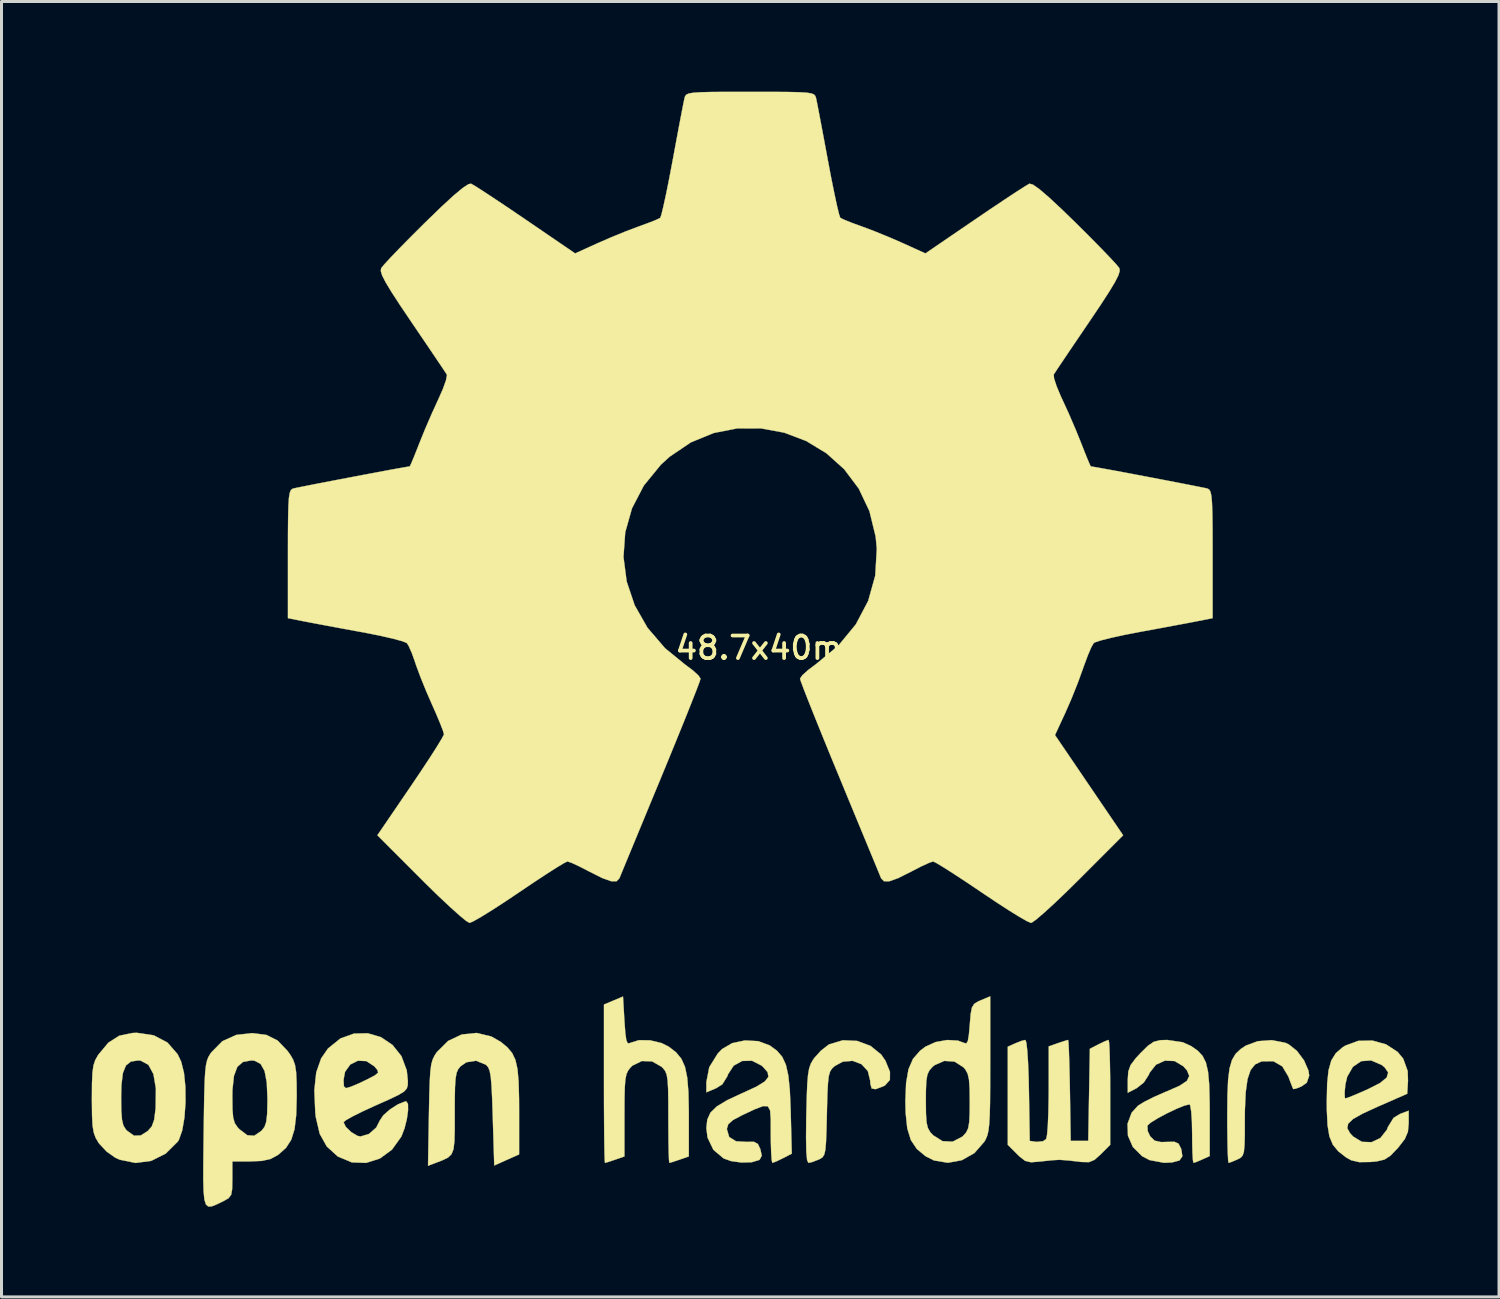
<source format=kicad_pcb>
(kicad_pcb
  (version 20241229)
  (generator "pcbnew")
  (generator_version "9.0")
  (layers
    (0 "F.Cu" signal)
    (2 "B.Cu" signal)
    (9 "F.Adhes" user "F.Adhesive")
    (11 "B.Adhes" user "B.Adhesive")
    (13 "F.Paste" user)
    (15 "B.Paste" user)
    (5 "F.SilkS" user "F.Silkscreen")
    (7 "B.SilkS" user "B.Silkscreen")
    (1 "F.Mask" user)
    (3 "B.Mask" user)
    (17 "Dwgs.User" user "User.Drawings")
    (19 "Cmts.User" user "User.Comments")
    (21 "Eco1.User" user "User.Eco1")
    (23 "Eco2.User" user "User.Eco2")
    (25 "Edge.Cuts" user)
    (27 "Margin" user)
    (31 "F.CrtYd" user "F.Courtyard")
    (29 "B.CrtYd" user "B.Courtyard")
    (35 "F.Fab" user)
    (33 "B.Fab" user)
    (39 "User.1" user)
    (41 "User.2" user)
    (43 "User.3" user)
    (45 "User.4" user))
  (footprint "OSHW-Logo2_48.7x40mm_SilkScreen"
    (layer "F.Cu")
    (at 21.902 18.495)
    (property "Reference" "OSHW-Logo2_48.7x40mm_SilkScreen" (at 0 0 0) (layer "F.SilkS") (effects (font (size 0.75 0.75) (thickness 0.125))))
    (attr exclude_from_pos_files exclude_from_bom allow_missing_courtyard)
    (fp_poly (pts (xy 17.786 13.133) (xy 17.902 13.184) (xy 18.18 13.404) (xy 18.417 13.722) (xy 18.564 14.061) (xy 18.588 14.229) (xy 18.508 14.462) (xy 18.332 14.586) (xy 18.143 14.661) (xy 18.057 14.674) (xy 18.015 14.574) (xy 17.932 14.357) (xy 17.896 14.258) (xy 17.692 13.918) (xy 17.396 13.748) (xy 17.017 13.753) (xy 16.989 13.76) (xy 16.787 13.856) (xy 16.638 14.043) (xy 16.537 14.344) (xy 16.476 14.782) (xy 16.449 15.38) (xy 16.447 15.698) (xy 16.446 16.2) (xy 16.437 16.542) (xy 16.416 16.759) (xy 16.374 16.886) (xy 16.306 16.959) (xy 16.205 17.012) (xy 16.199 17.015) (xy 16.004 17.098) (xy 15.907 17.128) (xy 15.892 17.036) (xy 15.879 16.782) (xy 15.87 16.398) (xy 15.864 15.918) (xy 15.863 15.566) (xy 15.869 14.885) (xy 15.891 14.369) (xy 15.939 13.987) (xy 16.019 13.709) (xy 16.139 13.504) (xy 16.309 13.343) (xy 16.476 13.231) (xy 16.878 13.082) (xy 17.345 13.048) (xy 17.786 13.133)) (stroke (width 0.01) (type solid)) (fill yes) (layer "F.SilkS"))
    (fp_poly (pts (xy -8.609 12.926) (xy -8.296 13.106) (xy -8.079 13.286) (xy -7.92 13.474) (xy -7.811 13.703) (xy -7.742 14.008) (xy -7.705 14.422) (xy -7.69 14.977) (xy -7.688 15.376) (xy -7.688 16.846) (xy -8.102 17.031) (xy -8.515 17.216) (xy -8.564 15.607) (xy -8.584 15.006) (xy -8.605 14.57) (xy -8.631 14.268) (xy -8.667 14.072) (xy -8.715 13.951) (xy -8.781 13.876) (xy -8.802 13.86) (xy -9.12 13.732) (xy -9.443 13.783) (xy -9.634 13.916) (xy -9.713 14.011) (xy -9.767 14.136) (xy -9.801 14.324) (xy -9.82 14.611) (xy -9.828 15.032) (xy -9.829 15.47) (xy -9.829 16.02) (xy -9.839 16.409) (xy -9.87 16.672) (xy -9.937 16.841) (xy -10.051 16.952) (xy -10.227 17.038) (xy -10.461 17.128) (xy -10.717 17.225) (xy -10.687 15.498) (xy -10.675 14.875) (xy -10.66 14.415) (xy -10.64 14.085) (xy -10.609 13.854) (xy -10.563 13.689) (xy -10.499 13.558) (xy -10.422 13.442) (xy -10.049 13.073) (xy -9.595 12.859) (xy -9.101 12.808) (xy -8.609 12.926)) (stroke (width 0.01) (type solid)) (fill yes) (layer "F.SilkS"))
    (fp_poly (pts (xy 3.553 13.073) (xy 3.995 13.236) (xy 4.353 13.525) (xy 4.493 13.728) (xy 4.646 14.101) (xy 4.643 14.37) (xy 4.483 14.551) (xy 4.423 14.582) (xy 4.167 14.678) (xy 4.037 14.654) (xy 3.992 14.492) (xy 3.99 14.403) (xy 3.909 14.075) (xy 3.698 13.846) (xy 3.404 13.735) (xy 3.076 13.763) (xy 2.809 13.908) (xy 2.719 13.99) (xy 2.655 14.09) (xy 2.611 14.242) (xy 2.584 14.478) (xy 2.565 14.833) (xy 2.551 15.34) (xy 2.548 15.501) (xy 2.534 16.05) (xy 2.519 16.437) (xy 2.497 16.693) (xy 2.461 16.85) (xy 2.406 16.939) (xy 2.326 16.994) (xy 2.275 17.018) (xy 2.059 17.101) (xy 1.932 17.128) (xy 1.89 17.037) (xy 1.864 16.762) (xy 1.855 16.3) (xy 1.861 15.647) (xy 1.863 15.547) (xy 1.878 14.951) (xy 1.895 14.516) (xy 1.92 14.208) (xy 1.957 13.993) (xy 2.01 13.836) (xy 2.085 13.704) (xy 2.124 13.647) (xy 2.349 13.397) (xy 2.6 13.202) (xy 2.63 13.185) (xy 3.08 13.051) (xy 3.553 13.073)) (stroke (width 0.01) (type solid)) (fill yes) (layer "F.SilkS"))
    (fp_poly (pts (xy 11.934 13.133) (xy 11.949 13.389) (xy 11.96 13.778) (xy 11.968 14.269) (xy 11.97 14.785) (xy 11.97 16.529) (xy 11.662 16.837) (xy 11.45 17.027) (xy 11.264 17.104) (xy 11.009 17.099) (xy 10.908 17.086) (xy 10.592 17.05) (xy 10.331 17.03) (xy 10.267 17.028) (xy 10.052 17.04) (xy 9.745 17.072) (xy 9.626 17.086) (xy 9.334 17.109) (xy 9.137 17.06) (xy 8.942 16.906) (xy 8.872 16.837) (xy 8.564 16.529) (xy 8.564 13.266) (xy 8.812 13.154) (xy 9.025 13.07) (xy 9.15 13.041) (xy 9.182 13.133) (xy 9.212 13.392) (xy 9.238 13.788) (xy 9.258 14.293) (xy 9.267 14.719) (xy 9.294 16.398) (xy 9.526 16.431) (xy 9.737 16.408) (xy 9.841 16.334) (xy 9.87 16.195) (xy 9.895 15.898) (xy 9.913 15.483) (xy 9.923 14.985) (xy 9.925 14.729) (xy 9.926 13.254) (xy 10.233 13.147) (xy 10.45 13.075) (xy 10.568 13.041) (xy 10.571 13.041) (xy 10.583 13.133) (xy 10.596 13.388) (xy 10.609 13.775) (xy 10.621 14.263) (xy 10.63 14.719) (xy 10.656 16.398) (xy 11.24 16.398) (xy 11.267 14.867) (xy 11.294 13.335) (xy 11.578 13.188) (xy 11.789 13.087) (xy 11.913 13.041) (xy 11.917 13.041) (xy 11.934 13.133)) (stroke (width 0.01) (type solid)) (fill yes) (layer "F.SilkS"))
    (fp_poly (pts (xy -4.185 12.413) (xy -4.156 12.811) (xy -4.123 13.045) (xy -4.078 13.147) (xy -4.012 13.149) (xy -3.99 13.136) (xy -3.704 13.048) (xy -3.331 13.053) (xy -2.952 13.144) (xy -2.715 13.262) (xy -2.472 13.449) (xy -2.294 13.662) (xy -2.172 13.932) (xy -2.097 14.292) (xy -2.057 14.775) (xy -2.044 15.414) (xy -2.044 15.537) (xy -2.044 16.914) (xy -2.35 17.021) (xy -2.568 17.094) (xy -2.687 17.128) (xy -2.691 17.128) (xy -2.703 17.036) (xy -2.713 16.783) (xy -2.72 16.402) (xy -2.724 15.926) (xy -2.725 15.637) (xy -2.726 15.066) (xy -2.733 14.657) (xy -2.75 14.377) (xy -2.781 14.192) (xy -2.831 14.07) (xy -2.905 13.978) (xy -2.95 13.933) (xy -3.264 13.754) (xy -3.605 13.741) (xy -3.916 13.892) (xy -3.973 13.947) (xy -4.057 14.05) (xy -4.116 14.172) (xy -4.153 14.348) (xy -4.174 14.614) (xy -4.183 15.005) (xy -4.185 15.543) (xy -4.185 16.914) (xy -4.491 17.021) (xy -4.709 17.094) (xy -4.828 17.128) (xy -4.832 17.128) (xy -4.841 17.035) (xy -4.849 16.772) (xy -4.856 16.365) (xy -4.861 15.838) (xy -4.865 15.217) (xy -4.866 14.526) (xy -4.866 14.496) (xy -4.866 11.863) (xy -4.55 11.73) (xy -4.233 11.597) (xy -4.185 12.413)) (stroke (width 0.01) (type solid)) (fill yes) (layer "F.SilkS"))
    (fp_poly (pts (xy -19.839 12.887) (xy -19.383 13.127) (xy -19.046 13.513) (xy -18.927 13.761) (xy -18.834 14.133) (xy -18.786 14.604) (xy -18.782 15.118) (xy -18.818 15.62) (xy -18.893 16.054) (xy -19.004 16.366) (xy -19.038 16.42) (xy -19.442 16.821) (xy -19.922 17.061) (xy -20.443 17.131) (xy -20.97 17.023) (xy -21.116 16.958) (xy -21.401 16.757) (xy -21.652 16.49) (xy -21.676 16.457) (xy -21.772 16.294) (xy -21.835 16.12) (xy -21.873 15.891) (xy -21.891 15.563) (xy -21.896 15.092) (xy -21.897 14.987) (xy -21.896 14.953) (xy -20.923 14.953) (xy -20.918 15.398) (xy -20.895 15.692) (xy -20.849 15.883) (xy -20.769 16.014) (xy -20.729 16.057) (xy -20.496 16.224) (xy -20.27 16.216) (xy -20.041 16.072) (xy -19.905 15.918) (xy -19.824 15.693) (xy -19.779 15.338) (xy -19.776 15.297) (xy -19.768 14.654) (xy -19.849 14.176) (xy -20.017 13.867) (xy -20.272 13.729) (xy -20.363 13.722) (xy -20.602 13.76) (xy -20.765 13.891) (xy -20.865 14.141) (xy -20.914 14.537) (xy -20.923 14.953) (xy -21.896 14.953) (xy -21.893 14.486) (xy -21.878 14.135) (xy -21.844 13.892) (xy -21.786 13.714) (xy -21.697 13.556) (xy -21.678 13.526) (xy -21.347 13.13) (xy -20.986 12.9) (xy -20.547 12.809) (xy -20.398 12.804) (xy -19.839 12.887)) (stroke (width 0.01) (type solid)) (fill yes) (layer "F.SilkS"))
    (fp_poly (pts (xy 21.145 13.188) (xy 21.53 13.44) (xy 21.716 13.665) (xy 21.863 14.074) (xy 21.874 14.398) (xy 21.848 14.83) (xy 20.85 15.267) (xy 20.365 15.49) (xy 20.048 15.669) (xy 19.884 15.825) (xy 19.855 15.976) (xy 19.947 16.142) (xy 20.048 16.252) (xy 20.341 16.429) (xy 20.661 16.441) (xy 20.954 16.303) (xy 21.17 16.03) (xy 21.208 15.933) (xy 21.393 15.632) (xy 21.605 15.503) (xy 21.897 15.393) (xy 21.897 15.81) (xy 21.871 16.094) (xy 21.77 16.333) (xy 21.558 16.608) (xy 21.527 16.644) (xy 21.292 16.888) (xy 21.089 17.019) (xy 20.837 17.079) (xy 20.627 17.099) (xy 20.252 17.104) (xy 19.985 17.042) (xy 19.818 16.949) (xy 19.556 16.745) (xy 19.375 16.525) (xy 19.26 16.248) (xy 19.198 15.874) (xy 19.174 15.363) (xy 19.172 15.104) (xy 19.179 14.793) (xy 19.766 14.793) (xy 19.773 14.96) (xy 19.79 14.987) (xy 19.902 14.95) (xy 20.143 14.852) (xy 20.466 14.712) (xy 20.533 14.682) (xy 20.941 14.475) (xy 21.165 14.293) (xy 21.214 14.122) (xy 21.096 13.95) (xy 20.999 13.873) (xy 20.647 13.721) (xy 20.318 13.746) (xy 20.043 13.932) (xy 19.852 14.263) (xy 19.791 14.525) (xy 19.766 14.793) (xy 19.179 14.793) (xy 19.185 14.498) (xy 19.231 14.05) (xy 19.323 13.723) (xy 19.472 13.483) (xy 19.69 13.293) (xy 19.785 13.231) (xy 20.216 13.071) (xy 20.688 13.061) (xy 21.145 13.188)) (stroke (width 0.01) (type solid)) (fill yes) (layer "F.SilkS"))
    (fp_poly (pts (xy 7.98 13.848) (xy 7.978 14.576) (xy 7.974 15.135) (xy 7.963 15.554) (xy 7.945 15.858) (xy 7.918 16.075) (xy 7.879 16.231) (xy 7.826 16.353) (xy 7.786 16.423) (xy 7.455 16.802) (xy 7.035 17.04) (xy 6.571 17.125) (xy 6.106 17.047) (xy 5.829 16.907) (xy 5.538 16.665) (xy 5.34 16.369) (xy 5.221 15.981) (xy 5.166 15.464) (xy 5.158 15.084) (xy 5.159 15.057) (xy 5.839 15.057) (xy 5.843 15.492) (xy 5.862 15.78) (xy 5.906 15.969) (xy 5.984 16.105) (xy 6.078 16.208) (xy 6.392 16.406) (xy 6.73 16.423) (xy 7.049 16.258) (xy 7.074 16.235) (xy 7.18 16.118) (xy 7.246 15.979) (xy 7.282 15.773) (xy 7.297 15.452) (xy 7.299 15.098) (xy 7.294 14.653) (xy 7.273 14.356) (xy 7.228 14.161) (xy 7.151 14.021) (xy 7.087 13.947) (xy 6.792 13.76) (xy 6.452 13.737) (xy 6.127 13.88) (xy 6.064 13.933) (xy 5.958 14.051) (xy 5.891 14.192) (xy 5.855 14.401) (xy 5.841 14.725) (xy 5.839 15.057) (xy 5.159 15.057) (xy 5.182 14.473) (xy 5.262 14.014) (xy 5.412 13.669) (xy 5.646 13.4) (xy 5.829 13.262) (xy 6.161 13.112) (xy 6.546 13.043) (xy 6.904 13.062) (xy 7.104 13.136) (xy 7.183 13.158) (xy 7.235 13.078) (xy 7.271 12.866) (xy 7.299 12.542) (xy 7.329 12.182) (xy 7.371 11.965) (xy 7.447 11.841) (xy 7.58 11.759) (xy 7.664 11.723) (xy 7.98 11.59) (xy 7.98 13.848)) (stroke (width 0.01) (type solid)) (fill yes) (layer "F.SilkS"))
    (fp_poly (pts (xy -12.281 12.949) (xy -11.898 13.207) (xy -11.601 13.58) (xy -11.424 14.054) (xy -11.388 14.403) (xy -11.392 14.549) (xy -11.426 14.661) (xy -11.52 14.761) (xy -11.703 14.871) (xy -12.005 15.016) (xy -12.454 15.216) (xy -12.457 15.217) (xy -12.871 15.407) (xy -13.21 15.575) (xy -13.441 15.704) (xy -13.527 15.776) (xy -13.527 15.776) (xy -13.451 15.932) (xy -13.273 16.104) (xy -13.069 16.228) (xy -12.965 16.252) (xy -12.682 16.167) (xy -12.439 15.954) (xy -12.32 15.72) (xy -12.206 15.548) (xy -11.982 15.351) (xy -11.719 15.182) (xy -11.487 15.089) (xy -11.439 15.084) (xy -11.384 15.168) (xy -11.381 15.381) (xy -11.421 15.669) (xy -11.497 15.975) (xy -11.6 16.245) (xy -11.605 16.255) (xy -11.916 16.689) (xy -12.319 16.984) (xy -12.777 17.129) (xy -13.251 17.112) (xy -13.706 16.922) (xy -13.727 16.909) (xy -14.084 16.584) (xy -14.32 16.161) (xy -14.45 15.605) (xy -14.467 15.449) (xy -14.498 14.711) (xy -14.461 14.367) (xy -13.527 14.367) (xy -13.515 14.582) (xy -13.449 14.644) (xy -13.283 14.597) (xy -13.022 14.487) (xy -12.731 14.348) (xy -12.724 14.344) (xy -12.477 14.214) (xy -12.377 14.127) (xy -12.402 14.037) (xy -12.505 13.917) (xy -12.767 13.744) (xy -13.049 13.731) (xy -13.302 13.857) (xy -13.477 14.1) (xy -13.527 14.367) (xy -14.461 14.367) (xy -14.435 14.121) (xy -14.271 13.653) (xy -14.044 13.325) (xy -13.634 12.993) (xy -13.182 12.829) (xy -12.72 12.819) (xy -12.281 12.949)) (stroke (width 0.01) (type solid)) (fill yes) (layer "F.SilkS"))
    (fp_poly (pts (xy 0.266 13.081) (xy 0.648 13.223) (xy 0.652 13.226) (xy 0.888 13.399) (xy 1.062 13.602) (xy 1.185 13.866) (xy 1.265 14.224) (xy 1.315 14.708) (xy 1.343 15.351) (xy 1.345 15.442) (xy 1.38 16.822) (xy 1.084 16.975) (xy 0.87 17.078) (xy 0.741 17.127) (xy 0.735 17.128) (xy 0.712 17.038) (xy 0.695 16.793) (xy 0.684 16.437) (xy 0.681 16.148) (xy 0.681 15.681) (xy 0.66 15.387) (xy 0.585 15.247) (xy 0.426 15.24) (xy 0.149 15.346) (xy -0.268 15.541) (xy -0.574 15.703) (xy -0.732 15.843) (xy -0.778 15.996) (xy -0.779 16.004) (xy -0.702 16.268) (xy -0.475 16.41) (xy -0.129 16.431) (xy 0.121 16.427) (xy 0.253 16.499) (xy 0.335 16.672) (xy 0.382 16.892) (xy 0.314 17.017) (xy 0.288 17.035) (xy 0.047 17.107) (xy -0.291 17.117) (xy -0.639 17.069) (xy -0.886 16.982) (xy -1.227 16.693) (xy -1.421 16.289) (xy -1.46 15.974) (xy -1.43 15.69) (xy -1.324 15.458) (xy -1.114 15.252) (xy -0.773 15.046) (xy -0.274 14.813) (xy -0.243 14.8) (xy 0.207 14.592) (xy 0.484 14.421) (xy 0.603 14.268) (xy 0.577 14.112) (xy 0.42 13.933) (xy 0.373 13.892) (xy 0.058 13.732) (xy -0.269 13.739) (xy -0.553 13.896) (xy -0.742 14.186) (xy -0.759 14.242) (xy -0.93 14.518) (xy -1.147 14.651) (xy -1.46 14.783) (xy -1.46 14.442) (xy -1.364 13.947) (xy -1.082 13.493) (xy -0.935 13.341) (xy -0.6 13.146) (xy -0.175 13.057) (xy 0.266 13.081)) (stroke (width 0.01) (type solid)) (fill yes) (layer "F.SilkS"))
    (fp_poly (pts (xy -16.094 12.873) (xy -15.722 13.058) (xy -15.394 13.4) (xy -15.303 13.526) (xy -15.205 13.692) (xy -15.141 13.871) (xy -15.104 14.111) (xy -15.088 14.457) (xy -15.084 14.914) (xy -15.101 15.539) (xy -15.157 16.009) (xy -15.266 16.36) (xy -15.439 16.627) (xy -15.686 16.849) (xy -15.705 16.862) (xy -15.949 16.997) (xy -16.243 17.063) (xy -16.617 17.079) (xy -17.225 17.079) (xy -17.225 17.67) (xy -17.231 17.998) (xy -17.265 18.191) (xy -17.355 18.307) (xy -17.528 18.404) (xy -17.569 18.424) (xy -17.763 18.517) (xy -17.913 18.576) (xy -18.025 18.581) (xy -18.103 18.513) (xy -18.154 18.352) (xy -18.181 18.079) (xy -18.192 17.676) (xy -18.19 17.121) (xy -18.182 16.396) (xy -18.179 16.179) (xy -18.169 15.432) (xy -18.161 14.943) (xy -17.225 14.943) (xy -17.22 15.358) (xy -17.197 15.629) (xy -17.144 15.808) (xy -17.05 15.946) (xy -16.986 16.013) (xy -16.726 16.21) (xy -16.496 16.226) (xy -16.258 16.063) (xy -16.252 16.057) (xy -16.155 15.932) (xy -16.097 15.762) (xy -16.067 15.499) (xy -16.058 15.098) (xy -16.057 15.009) (xy -16.08 14.455) (xy -16.153 14.072) (xy -16.284 13.838) (xy -16.483 13.732) (xy -16.598 13.722) (xy -16.871 13.772) (xy -17.059 13.935) (xy -17.171 14.235) (xy -17.221 14.691) (xy -17.225 14.943) (xy -18.161 14.943) (xy -18.159 14.853) (xy -18.146 14.418) (xy -18.127 14.1) (xy -18.101 13.875) (xy -18.064 13.715) (xy -18.015 13.596) (xy -17.951 13.492) (xy -17.923 13.453) (xy -17.558 13.083) (xy -17.095 12.873) (xy -16.561 12.814) (xy -16.094 12.873)) (stroke (width 0.01) (type solid)) (fill yes) (layer "F.SilkS"))
    (fp_poly (pts (xy 14.381 13.117) (xy 14.662 13.245) (xy 14.882 13.399) (xy 15.043 13.572) (xy 15.154 13.795) (xy 15.224 14.099) (xy 15.262 14.518) (xy 15.277 15.082) (xy 15.279 15.453) (xy 15.279 16.902) (xy 15.031 17.015) (xy 14.836 17.098) (xy 14.739 17.128) (xy 14.721 17.038) (xy 14.706 16.794) (xy 14.697 16.438) (xy 14.695 16.155) (xy 14.687 15.746) (xy 14.665 15.422) (xy 14.632 15.224) (xy 14.607 15.182) (xy 14.434 15.225) (xy 14.164 15.335) (xy 13.85 15.485) (xy 13.55 15.646) (xy 13.317 15.79) (xy 13.209 15.889) (xy 13.208 15.89) (xy 13.218 16.073) (xy 13.301 16.248) (xy 13.448 16.39) (xy 13.663 16.437) (xy 13.846 16.432) (xy 14.106 16.427) (xy 14.242 16.488) (xy 14.324 16.649) (xy 14.335 16.679) (xy 14.37 16.909) (xy 14.275 17.048) (xy 14.028 17.114) (xy 13.761 17.126) (xy 13.28 17.036) (xy 13.031 16.906) (xy 12.723 16.6) (xy 12.56 16.226) (xy 12.546 15.83) (xy 12.683 15.461) (xy 12.891 15.23) (xy 13.098 15.101) (xy 13.423 14.937) (xy 13.802 14.771) (xy 13.865 14.746) (xy 14.282 14.562) (xy 14.522 14.4) (xy 14.599 14.239) (xy 14.527 14.058) (xy 14.403 13.916) (xy 14.11 13.742) (xy 13.788 13.729) (xy 13.493 13.863) (xy 13.281 14.131) (xy 13.253 14.2) (xy 13.09 14.454) (xy 12.853 14.643) (xy 12.554 14.797) (xy 12.554 14.359) (xy 12.572 14.091) (xy 12.647 13.879) (xy 12.815 13.654) (xy 12.975 13.48) (xy 13.225 13.234) (xy 13.419 13.102) (xy 13.628 13.049) (xy 13.864 13.041) (xy 14.381 13.117)) (stroke (width 0.01) (type solid)) (fill yes) (layer "F.SilkS"))
    (fp_poly (pts (xy 0.697 -18.49) (xy 1.223 -18.487) (xy 1.604 -18.479) (xy 1.865 -18.464) (xy 2.029 -18.439) (xy 2.121 -18.402) (xy 2.165 -18.35) (xy 2.187 -18.28) (xy 2.19 -18.271) (xy 2.223 -18.11) (xy 2.285 -17.79) (xy 2.369 -17.348) (xy 2.469 -16.815) (xy 2.578 -16.227) (xy 2.582 -16.207) (xy 2.691 -15.631) (xy 2.794 -15.122) (xy 2.882 -14.71) (xy 2.951 -14.427) (xy 2.992 -14.303) (xy 2.994 -14.3) (xy 3.116 -14.24) (xy 3.369 -14.138) (xy 3.696 -14.018) (xy 3.698 -14.018) (xy 4.111 -13.863) (xy 4.597 -13.665) (xy 5.056 -13.466) (xy 5.078 -13.456) (xy 5.825 -13.117) (xy 7.479 -14.247) (xy 7.986 -14.591) (xy 8.446 -14.899) (xy 8.831 -15.153) (xy 9.115 -15.335) (xy 9.272 -15.429) (xy 9.287 -15.436) (xy 9.4 -15.405) (xy 9.613 -15.256) (xy 9.932 -14.983) (xy 10.367 -14.577) (xy 10.811 -14.146) (xy 11.239 -13.721) (xy 11.622 -13.333) (xy 11.937 -13.006) (xy 12.161 -12.765) (xy 12.271 -12.632) (xy 12.275 -12.625) (xy 12.287 -12.534) (xy 12.241 -12.386) (xy 12.126 -12.16) (xy 11.931 -11.836) (xy 11.644 -11.394) (xy 11.261 -10.825) (xy 10.921 -10.324) (xy 10.617 -9.876) (xy 10.367 -9.504) (xy 10.188 -9.237) (xy 10.098 -9.099) (xy 10.092 -9.09) (xy 10.103 -8.958) (xy 10.187 -8.701) (xy 10.326 -8.369) (xy 10.376 -8.262) (xy 10.593 -7.789) (xy 10.824 -7.252) (xy 11.012 -6.788) (xy 11.147 -6.443) (xy 11.255 -6.181) (xy 11.317 -6.044) (xy 11.325 -6.034) (xy 11.439 -6.016) (xy 11.709 -5.968) (xy 12.098 -5.897) (xy 12.57 -5.809) (xy 13.09 -5.71) (xy 13.622 -5.609) (xy 14.13 -5.511) (xy 14.578 -5.424) (xy 14.931 -5.354) (xy 15.152 -5.309) (xy 15.206 -5.296) (xy 15.262 -5.264) (xy 15.304 -5.192) (xy 15.335 -5.055) (xy 15.355 -4.829) (xy 15.368 -4.491) (xy 15.374 -4.014) (xy 15.376 -3.376) (xy 15.376 -3.115) (xy 15.376 -0.987) (xy 14.865 -0.886) (xy 14.581 -0.831) (xy 14.157 -0.752) (xy 13.644 -0.656) (xy 13.095 -0.555) (xy 12.943 -0.527) (xy 12.436 -0.429) (xy 11.995 -0.332) (xy 11.656 -0.246) (xy 11.456 -0.179) (xy 11.423 -0.159) (xy 11.341 -0.018) (xy 11.224 0.255) (xy 11.094 0.606) (xy 11.068 0.681) (xy 10.898 1.15) (xy 10.687 1.679) (xy 10.48 2.154) (xy 10.479 2.156) (xy 10.134 2.901) (xy 11.267 4.568) (xy 12.4 6.234) (xy 10.945 7.691) (xy 10.505 8.125) (xy 10.104 8.507) (xy 9.764 8.817) (xy 9.508 9.036) (xy 9.358 9.141) (xy 9.336 9.148) (xy 9.21 9.095) (xy 8.952 8.948) (xy 8.591 8.725) (xy 8.155 8.442) (xy 7.684 8.126) (xy 7.205 7.803) (xy 6.778 7.523) (xy 6.43 7.301) (xy 6.189 7.156) (xy 6.081 7.104) (xy 5.949 7.148) (xy 5.698 7.263) (xy 5.382 7.425) (xy 5.348 7.443) (xy 4.921 7.657) (xy 4.629 7.762) (xy 4.447 7.763) (xy 4.352 7.665) (xy 4.351 7.664) (xy 4.304 7.548) (xy 4.191 7.274) (xy 4.021 6.863) (xy 3.803 6.335) (xy 3.545 5.712) (xy 3.257 5.016) (xy 2.979 4.341) (xy 2.672 3.597) (xy 2.391 2.908) (xy 2.143 2.295) (xy 1.937 1.778) (xy 1.781 1.38) (xy 1.684 1.121) (xy 1.654 1.025) (xy 1.729 0.914) (xy 1.925 0.737) (xy 2.186 0.542) (xy 2.928 -0.073) (xy 3.509 -0.779) (xy 3.921 -1.56) (xy 4.156 -2.402) (xy 4.208 -3.289) (xy 4.17 -3.698) (xy 3.963 -4.547) (xy 3.607 -5.297) (xy 3.123 -5.941) (xy 2.534 -6.47) (xy 1.862 -6.878) (xy 1.129 -7.156) (xy 0.356 -7.299) (xy -0.433 -7.298) (xy -1.216 -7.145) (xy -1.973 -6.835) (xy -2.68 -6.358) (xy -2.975 -6.089) (xy -3.54 -5.397) (xy -3.934 -4.64) (xy -4.159 -3.842) (xy -4.217 -3.023) (xy -4.111 -2.207) (xy -3.844 -1.414) (xy -3.418 -0.667) (xy -2.836 0.011) (xy -2.186 0.542) (xy -1.915 0.745) (xy -1.723 0.92) (xy -1.654 1.025) (xy -1.69 1.139) (xy -1.793 1.411) (xy -1.954 1.821) (xy -2.164 2.348) (xy -2.416 2.969) (xy -2.7 3.664) (xy -2.979 4.342) (xy -3.288 5.086) (xy -3.573 5.777) (xy -3.827 6.391) (xy -4.041 6.908) (xy -4.206 7.307) (xy -4.313 7.567) (xy -4.352 7.664) (xy -4.446 7.762) (xy -4.627 7.762) (xy -4.919 7.658) (xy -5.345 7.444) (xy -5.348 7.443) (xy -5.669 7.277) (xy -5.928 7.156) (xy -6.074 7.105) (xy -6.081 7.104) (xy -6.191 7.157) (xy -6.434 7.303) (xy -6.782 7.525) (xy -7.21 7.807) (xy -7.684 8.126) (xy -8.166 8.45) (xy -8.601 8.731) (xy -8.96 8.953) (xy -9.215 9.097) (xy -9.336 9.148) (xy -9.449 9.082) (xy -9.674 8.896) (xy -9.99 8.613) (xy -10.375 8.251) (xy -10.805 7.831) (xy -10.946 7.69) (xy -12.401 6.233) (xy -11.293 4.608) (xy -10.957 4.109) (xy -10.661 3.661) (xy -10.424 3.29) (xy -10.261 3.022) (xy -10.188 2.883) (xy -10.186 2.874) (xy -10.224 2.743) (xy -10.327 2.48) (xy -10.476 2.128) (xy -10.581 1.893) (xy -10.777 1.443) (xy -10.962 0.988) (xy -11.105 0.604) (xy -11.144 0.487) (xy -11.255 0.174) (xy -11.363 -0.068) (xy -11.422 -0.159) (xy -11.553 -0.215) (xy -11.839 -0.294) (xy -12.242 -0.388) (xy -12.727 -0.487) (xy -12.943 -0.527) (xy -13.494 -0.628) (xy -14.021 -0.726) (xy -14.475 -0.811) (xy -14.804 -0.874) (xy -14.865 -0.886) (xy -15.376 -0.987) (xy -15.376 -3.115) (xy -15.375 -3.814) (xy -15.37 -4.343) (xy -15.36 -4.727) (xy -15.343 -4.989) (xy -15.316 -5.153) (xy -15.278 -5.245) (xy -15.227 -5.288) (xy -15.206 -5.296) (xy -15.08 -5.324) (xy -14.801 -5.38) (xy -14.405 -5.458) (xy -13.928 -5.55) (xy -13.406 -5.65) (xy -12.874 -5.751) (xy -12.369 -5.846) (xy -11.927 -5.929) (xy -11.582 -5.991) (xy -11.372 -6.027) (xy -11.325 -6.034) (xy -11.283 -6.118) (xy -11.189 -6.341) (xy -11.061 -6.662) (xy -11.012 -6.788) (xy -10.815 -7.274) (xy -10.583 -7.81) (xy -10.376 -8.262) (xy -10.223 -8.608) (xy -10.121 -8.892) (xy -10.087 -9.066) (xy -10.093 -9.09) (xy -10.164 -9.2) (xy -10.328 -9.445) (xy -10.566 -9.798) (xy -10.861 -10.234) (xy -11.196 -10.727) (xy -11.262 -10.824) (xy -11.65 -11.4) (xy -11.935 -11.839) (xy -12.129 -12.161) (xy -12.243 -12.385) (xy -12.288 -12.533) (xy -12.276 -12.624) (xy -12.275 -12.625) (xy -12.179 -12.744) (xy -11.966 -12.975) (xy -11.66 -13.294) (xy -11.283 -13.677) (xy -10.859 -14.099) (xy -10.811 -14.146) (xy -10.277 -14.664) (xy -9.864 -15.044) (xy -9.565 -15.293) (xy -9.372 -15.419) (xy -9.287 -15.436) (xy -9.162 -15.365) (xy -8.904 -15.201) (xy -8.54 -14.961) (xy -8.094 -14.664) (xy -7.595 -14.326) (xy -7.479 -14.247) (xy -5.825 -13.117) (xy -5.078 -13.456) (xy -4.623 -13.654) (xy -4.136 -13.853) (xy -3.717 -14.011) (xy -3.698 -14.018) (xy -3.37 -14.138) (xy -3.117 -14.239) (xy -2.994 -14.3) (xy -2.994 -14.3) (xy -2.955 -14.411) (xy -2.889 -14.682) (xy -2.801 -15.085) (xy -2.7 -15.587) (xy -2.591 -16.159) (xy -2.582 -16.207) (xy -2.473 -16.796) (xy -2.373 -17.331) (xy -2.288 -17.777) (xy -2.225 -18.101) (xy -2.19 -18.269) (xy -2.19 -18.271) (xy -2.168 -18.343) (xy -2.127 -18.397) (xy -2.042 -18.436) (xy -1.887 -18.462) (xy -1.639 -18.478) (xy -1.273 -18.487) (xy -0.764 -18.49) (xy -0.088 -18.49) (xy 0 -18.49) (xy 0.697 -18.49)) (stroke (width 0.01) (type solid)) (fill yes) (layer "F.SilkS")))
  (gr_rect
    (start -3 -3)
    (end 46.803 40.081)
    (stroke (width 0.1) (type default))
    (fill no)
    (layer "Edge.Cuts")))
</source>
